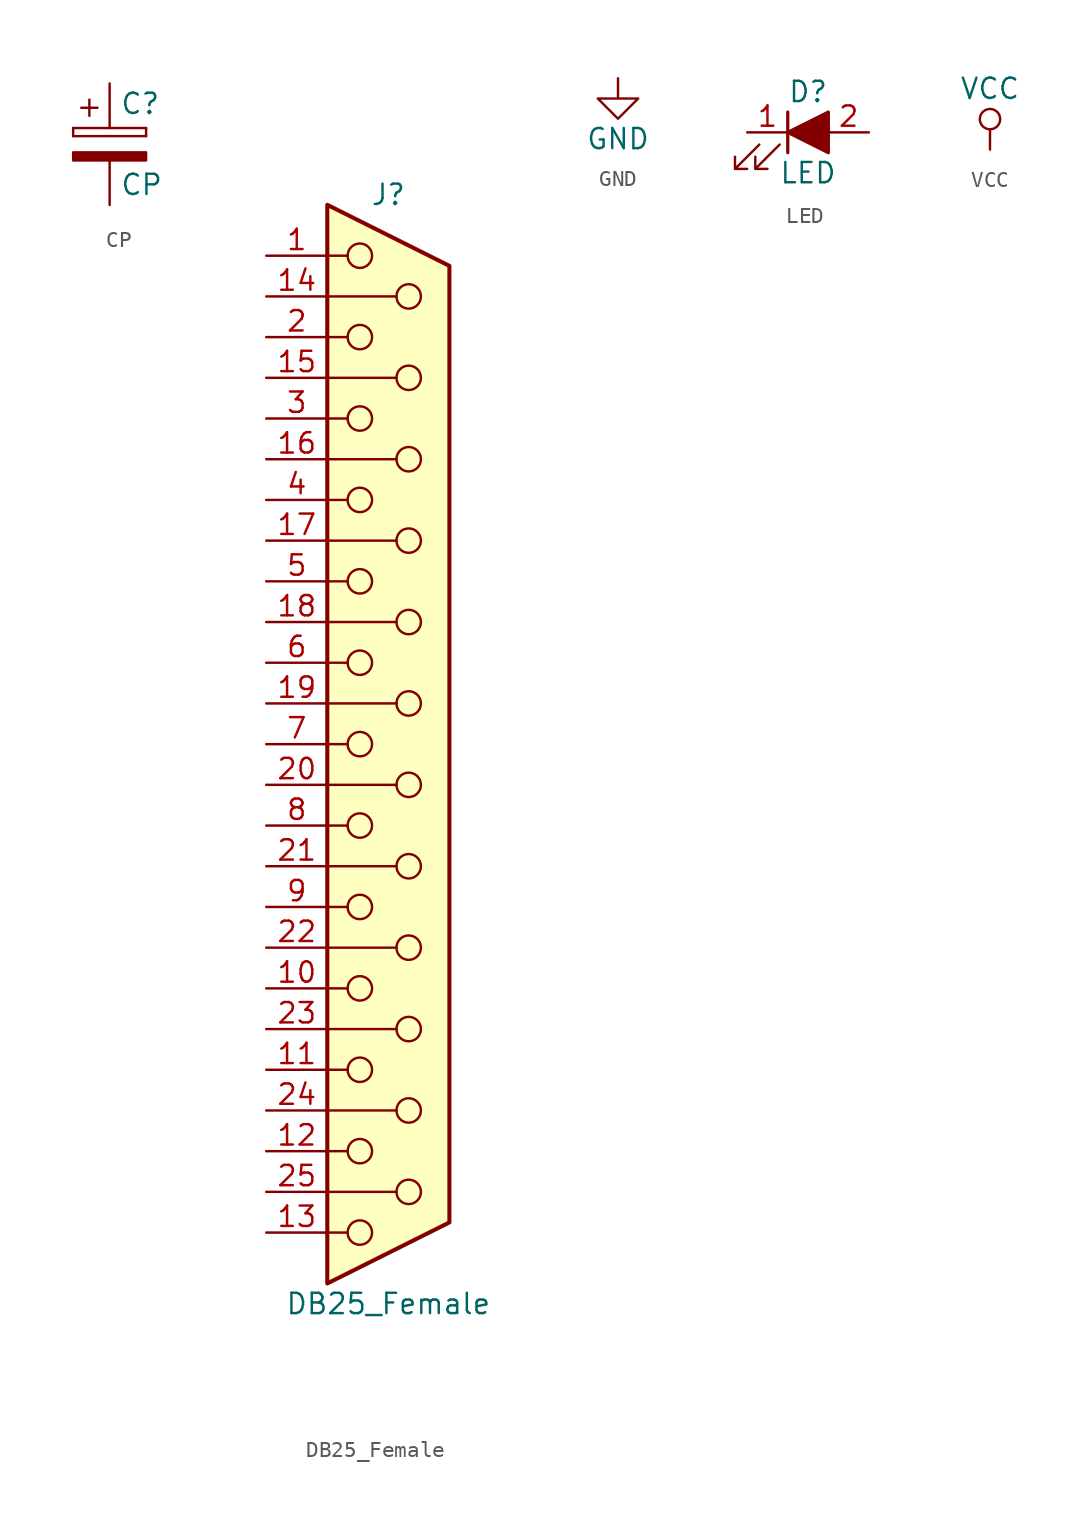
<source format=kicad_sym>
(kicad_symbol_lib
  (version 20241209)
  (generator "kicad_symbol_editor")
  (generator_version "9.0")
  (symbol "CP"
    (pin_numbers
      (hide yes))
    (pin_names
      (offset 0.254))
    (property "Reference" "C"
      (at 0.635 2.54 0)
      (effects (font (size 1.27 1.27)) (justify left)))
    (property "Value" "CP"
      (at 0.635 -2.54 0)
      (effects (font (size 1.27 1.27)) (justify left)))
    (symbol "CP_0_1"
      (rectangle (start -2.286 0.508) (end -2.286 1.016) (stroke (width 0) (type default)) (fill (type none)))
      (rectangle (start -2.286 0.508) (end 2.286 0.508) (stroke (width 0) (type default)) (fill (type none)))
      (polyline (pts (xy -1.778 2.286) (xy -0.762 2.286)) (stroke (width 0) (type default)) (fill (type none)))
      (polyline (pts (xy -1.27 2.794) (xy -1.27 1.778)) (stroke (width 0) (type default)) (fill (type none)))
      (rectangle (start 2.286 1.016) (end -2.286 1.016) (stroke (width 0) (type default)) (fill (type none)))
      (rectangle (start 2.286 1.016) (end 2.286 0.508) (stroke (width 0) (type default)) (fill (type none)))
      (rectangle (start 2.286 -0.508) (end -2.286 -1.016) (stroke (width 0) (type default)) (fill (type outline))))
    (symbol "CP_1_1"
      (pin passive line (at 0 3.81 270) (length 2.794) (name "~" (effects (font (size 1.27 1.27)))) (number "1" (effects (font (size 1.27 1.27)))))
      (pin passive line (at 0 -3.81 90) (length 2.794) (name "~" (effects (font (size 1.27 1.27)))) (number "2" (effects (font (size 1.27 1.27)))))))
  (symbol "DB25_Female"
    (pin_names
      (offset 1.016)
      (hide yes))
    (property "Reference" "J"
      (at 0 34.29 0)
      (effects (font (size 1.27 1.27))))
    (property "Value" "DB25_Female"
      (at 0 -34.925 0)
      (effects (font (size 1.27 1.27))))
    (symbol "DB25_Female_0_1"
      (polyline (pts (xy -3.81 33.655) (xy 3.81 29.845) (xy 3.81 -29.845) (xy -3.81 -33.655) (xy -3.81 33.655)) (stroke (width 0.254) (type default)) (fill (type background)))
      (polyline (pts (xy -3.81 30.48) (xy -2.54 30.48)) (stroke (width 0) (type default)) (fill (type none)))
      (polyline (pts (xy -3.81 27.94) (xy 0.508 27.94)) (stroke (width 0) (type default)) (fill (type none)))
      (polyline (pts (xy -3.81 25.4) (xy -2.54 25.4)) (stroke (width 0) (type default)) (fill (type none)))
      (polyline (pts (xy -3.81 22.86) (xy 0.508 22.86)) (stroke (width 0) (type default)) (fill (type none)))
      (polyline (pts (xy -3.81 20.32) (xy -2.54 20.32)) (stroke (width 0) (type default)) (fill (type none)))
      (polyline (pts (xy -3.81 17.78) (xy 0.508 17.78)) (stroke (width 0) (type default)) (fill (type none)))
      (polyline (pts (xy -3.81 15.24) (xy -2.54 15.24)) (stroke (width 0) (type default)) (fill (type none)))
      (polyline (pts (xy -3.81 12.7) (xy 0.508 12.7)) (stroke (width 0) (type default)) (fill (type none)))
      (polyline (pts (xy -3.81 10.16) (xy -2.54 10.16)) (stroke (width 0) (type default)) (fill (type none)))
      (polyline (pts (xy -3.81 7.62) (xy 0.508 7.62)) (stroke (width 0) (type default)) (fill (type none)))
      (polyline (pts (xy -3.81 5.08) (xy -2.54 5.08)) (stroke (width 0) (type default)) (fill (type none)))
      (polyline (pts (xy -3.81 2.54) (xy 0.508 2.54)) (stroke (width 0) (type default)) (fill (type none)))
      (polyline (pts (xy -3.81 0) (xy -2.54 0)) (stroke (width 0) (type default)) (fill (type none)))
      (polyline (pts (xy -3.81 -2.54) (xy 0.508 -2.54)) (stroke (width 0) (type default)) (fill (type none)))
      (polyline (pts (xy -3.81 -5.08) (xy -2.54 -5.08)) (stroke (width 0) (type default)) (fill (type none)))
      (polyline (pts (xy -3.81 -7.62) (xy 0.508 -7.62)) (stroke (width 0) (type default)) (fill (type none)))
      (polyline (pts (xy -3.81 -10.16) (xy -2.54 -10.16)) (stroke (width 0) (type default)) (fill (type none)))
      (polyline (pts (xy -3.81 -12.7) (xy 0.508 -12.7)) (stroke (width 0) (type default)) (fill (type none)))
      (polyline (pts (xy -3.81 -15.24) (xy -2.54 -15.24)) (stroke (width 0) (type default)) (fill (type none)))
      (polyline (pts (xy -3.81 -17.78) (xy 0.508 -17.78)) (stroke (width 0) (type default)) (fill (type none)))
      (polyline (pts (xy -3.81 -20.32) (xy -2.54 -20.32)) (stroke (width 0) (type default)) (fill (type none)))
      (polyline (pts (xy -3.81 -22.86) (xy 0.508 -22.86)) (stroke (width 0) (type default)) (fill (type none)))
      (polyline (pts (xy -3.81 -25.4) (xy -2.54 -25.4)) (stroke (width 0) (type default)) (fill (type none)))
      (polyline (pts (xy -3.81 -27.94) (xy 0.508 -27.94)) (stroke (width 0) (type default)) (fill (type none)))
      (polyline (pts (xy -3.81 -30.48) (xy -2.54 -30.48)) (stroke (width 0) (type default)) (fill (type none)))
      (circle (center -1.778 30.48) (radius 0.762) (stroke (width 0) (type default)) (fill (type none)))
      (circle (center -1.778 25.4) (radius 0.762) (stroke (width 0) (type default)) (fill (type none)))
      (circle (center -1.778 20.32) (radius 0.762) (stroke (width 0) (type default)) (fill (type none)))
      (circle (center -1.778 15.24) (radius 0.762) (stroke (width 0) (type default)) (fill (type none)))
      (circle (center -1.778 10.16) (radius 0.762) (stroke (width 0) (type default)) (fill (type none)))
      (circle (center -1.778 5.08) (radius 0.762) (stroke (width 0) (type default)) (fill (type none)))
      (circle (center -1.778 0) (radius 0.762) (stroke (width 0) (type default)) (fill (type none)))
      (circle (center -1.778 -5.08) (radius 0.762) (stroke (width 0) (type default)) (fill (type none)))
      (circle (center -1.778 -10.16) (radius 0.762) (stroke (width 0) (type default)) (fill (type none)))
      (circle (center -1.778 -15.24) (radius 0.762) (stroke (width 0) (type default)) (fill (type none)))
      (circle (center -1.778 -20.32) (radius 0.762) (stroke (width 0) (type default)) (fill (type none)))
      (circle (center -1.778 -25.4) (radius 0.762) (stroke (width 0) (type default)) (fill (type none)))
      (circle (center -1.778 -30.48) (radius 0.762) (stroke (width 0) (type default)) (fill (type none)))
      (circle (center 1.27 27.94) (radius 0.762) (stroke (width 0) (type default)) (fill (type none)))
      (circle (center 1.27 22.86) (radius 0.762) (stroke (width 0) (type default)) (fill (type none)))
      (circle (center 1.27 17.78) (radius 0.762) (stroke (width 0) (type default)) (fill (type none)))
      (circle (center 1.27 12.7) (radius 0.762) (stroke (width 0) (type default)) (fill (type none)))
      (circle (center 1.27 7.62) (radius 0.762) (stroke (width 0) (type default)) (fill (type none)))
      (circle (center 1.27 2.54) (radius 0.762) (stroke (width 0) (type default)) (fill (type none)))
      (circle (center 1.27 -2.54) (radius 0.762) (stroke (width 0) (type default)) (fill (type none)))
      (circle (center 1.27 -7.62) (radius 0.762) (stroke (width 0) (type default)) (fill (type none)))
      (circle (center 1.27 -12.7) (radius 0.762) (stroke (width 0) (type default)) (fill (type none)))
      (circle (center 1.27 -17.78) (radius 0.762) (stroke (width 0) (type default)) (fill (type none)))
      (circle (center 1.27 -22.86) (radius 0.762) (stroke (width 0) (type default)) (fill (type none)))
      (circle (center 1.27 -27.94) (radius 0.762) (stroke (width 0) (type default)) (fill (type none))))
    (symbol "DB25_Female_1_1"
      (pin passive line (at -7.62 30.48 0) (length 3.81) (name "1" (effects (font (size 1.27 1.27)))) (number "1" (effects (font (size 1.27 1.27)))))
      (pin passive line (at -7.62 27.94 0) (length 3.81) (name "P14" (effects (font (size 1.27 1.27)))) (number "14" (effects (font (size 1.27 1.27)))))
      (pin passive line (at -7.62 25.4 0) (length 3.81) (name "2" (effects (font (size 1.27 1.27)))) (number "2" (effects (font (size 1.27 1.27)))))
      (pin passive line (at -7.62 22.86 0) (length 3.81) (name "P15" (effects (font (size 1.27 1.27)))) (number "15" (effects (font (size 1.27 1.27)))))
      (pin passive line (at -7.62 20.32 0) (length 3.81) (name "3" (effects (font (size 1.27 1.27)))) (number "3" (effects (font (size 1.27 1.27)))))
      (pin passive line (at -7.62 17.78 0) (length 3.81) (name "P16" (effects (font (size 1.27 1.27)))) (number "16" (effects (font (size 1.27 1.27)))))
      (pin passive line (at -7.62 15.24 0) (length 3.81) (name "4" (effects (font (size 1.27 1.27)))) (number "4" (effects (font (size 1.27 1.27)))))
      (pin passive line (at -7.62 12.7 0) (length 3.81) (name "P17" (effects (font (size 1.27 1.27)))) (number "17" (effects (font (size 1.27 1.27)))))
      (pin passive line (at -7.62 10.16 0) (length 3.81) (name "5" (effects (font (size 1.27 1.27)))) (number "5" (effects (font (size 1.27 1.27)))))
      (pin passive line (at -7.62 7.62 0) (length 3.81) (name "P18" (effects (font (size 1.27 1.27)))) (number "18" (effects (font (size 1.27 1.27)))))
      (pin passive line (at -7.62 5.08 0) (length 3.81) (name "6" (effects (font (size 1.27 1.27)))) (number "6" (effects (font (size 1.27 1.27)))))
      (pin passive line (at -7.62 2.54 0) (length 3.81) (name "P19" (effects (font (size 1.27 1.27)))) (number "19" (effects (font (size 1.27 1.27)))))
      (pin passive line (at -7.62 0 0) (length 3.81) (name "7" (effects (font (size 1.27 1.27)))) (number "7" (effects (font (size 1.27 1.27)))))
      (pin passive line (at -7.62 -2.54 0) (length 3.81) (name "P20" (effects (font (size 1.27 1.27)))) (number "20" (effects (font (size 1.27 1.27)))))
      (pin passive line (at -7.62 -5.08 0) (length 3.81) (name "8" (effects (font (size 1.27 1.27)))) (number "8" (effects (font (size 1.27 1.27)))))
      (pin passive line (at -7.62 -7.62 0) (length 3.81) (name "P21" (effects (font (size 1.27 1.27)))) (number "21" (effects (font (size 1.27 1.27)))))
      (pin passive line (at -7.62 -10.16 0) (length 3.81) (name "9" (effects (font (size 1.27 1.27)))) (number "9" (effects (font (size 1.27 1.27)))))
      (pin passive line (at -7.62 -12.7 0) (length 3.81) (name "P22" (effects (font (size 1.27 1.27)))) (number "22" (effects (font (size 1.27 1.27)))))
      (pin passive line (at -7.62 -15.24 0) (length 3.81) (name "10" (effects (font (size 1.27 1.27)))) (number "10" (effects (font (size 1.27 1.27)))))
      (pin passive line (at -7.62 -17.78 0) (length 3.81) (name "P23" (effects (font (size 1.27 1.27)))) (number "23" (effects (font (size 1.27 1.27)))))
      (pin passive line (at -7.62 -20.32 0) (length 3.81) (name "11" (effects (font (size 1.27 1.27)))) (number "11" (effects (font (size 1.27 1.27)))))
      (pin passive line (at -7.62 -22.86 0) (length 3.81) (name "P24" (effects (font (size 1.27 1.27)))) (number "24" (effects (font (size 1.27 1.27)))))
      (pin passive line (at -7.62 -25.4 0) (length 3.81) (name "12" (effects (font (size 1.27 1.27)))) (number "12" (effects (font (size 1.27 1.27)))))
      (pin passive line (at -7.62 -27.94 0) (length 3.81) (name "P25" (effects (font (size 1.27 1.27)))) (number "25" (effects (font (size 1.27 1.27)))))
      (pin passive line (at -7.62 -30.48 0) (length 3.81) (name "13" (effects (font (size 1.27 1.27)))) (number "13" (effects (font (size 1.27 1.27)))))))
  (symbol "GND"
    (power)
    (pin_names
      (offset 0))
    (property "Reference" "#PWR"
      (at 0 -6.35 0)
      (effects (font (size 1.27 1.27)) (hide yes)))
    (property "Value" "GND"
      (at 0 -3.81 0)
      (effects (font (size 1.27 1.27))))
    (symbol "GND_0_1"
      (polyline (pts (xy 0 0) (xy 0 -1.27) (xy 1.27 -1.27) (xy 0 -2.54) (xy -1.27 -1.27) (xy 0 -1.27)) (stroke (width 0) (type default)) (fill (type none))))
    (symbol "GND_1_1"
      (pin power_in line (at 0 0 270) (length 0) (hide yes) (name "GND" (effects (font (size 1.27 1.27)))) (number "1" (effects (font (size 1.27 1.27)))))))
  (symbol "LED"
    (pin_names
      (offset 1.016)
      (hide yes))
    (property "Reference" "D"
      (at 0 2.54 0)
      (effects (font (size 1.27 1.27))))
    (property "Value" "LED"
      (at 0 -2.54 0)
      (effects (font (size 1.27 1.27))))
    (symbol "LED_0_1"
      (polyline (pts (xy -3.048 -0.762) (xy -4.572 -2.286) (xy -3.81 -2.286) (xy -4.572 -2.286) (xy -4.572 -1.524)) (stroke (width 0) (type default)) (fill (type none)))
      (polyline (pts (xy -1.778 -0.762) (xy -3.302 -2.286) (xy -2.54 -2.286) (xy -3.302 -2.286) (xy -3.302 -1.524)) (stroke (width 0) (type default)) (fill (type none)))
      (polyline (pts (xy -1.27 0) (xy 1.27 0)) (stroke (width 0) (type default)) (fill (type none)))
      (polyline (pts (xy -1.27 -1.27) (xy -1.27 1.27)) (stroke (width 0.203) (type default)) (fill (type none)))
      (polyline (pts (xy 1.27 -1.27) (xy 1.27 1.27) (xy -1.27 0) (xy 1.27 -1.27)) (stroke (width 0.203) (type default)) (fill (type outline))))
    (symbol "LED_1_1"
      (pin passive line (at -3.81 0 0) (length 2.54) (name "K" (effects (font (size 1.27 1.27)))) (number "1" (effects (font (size 1.27 1.27)))))
      (pin passive line (at 3.81 0 180) (length 2.54) (name "A" (effects (font (size 1.27 1.27)))) (number "2" (effects (font (size 1.27 1.27)))))))
  (symbol "VCC"
    (power)
    (pin_names
      (offset 0))
    (property "Reference" "#PWR"
      (at 0 -3.81 0)
      (effects (font (size 1.27 1.27)) (hide yes)))
    (property "Value" "VCC"
      (at 0 3.81 0)
      (effects (font (size 1.27 1.27))))
    (symbol "VCC_0_1"
      (circle (center 0 1.905) (radius 0.635) (stroke (width 0) (type default)) (fill (type none)))
      (polyline (pts (xy 0 0) (xy 0 1.27)) (stroke (width 0) (type default)) (fill (type none))))
    (symbol "VCC_1_1"
      (pin power_in line (at 0 0 90) (length 0) (hide yes) (name "VCC" (effects (font (size 1.27 1.27)))) (number "1" (effects (font (size 1.27 1.27))))))))
</source>
